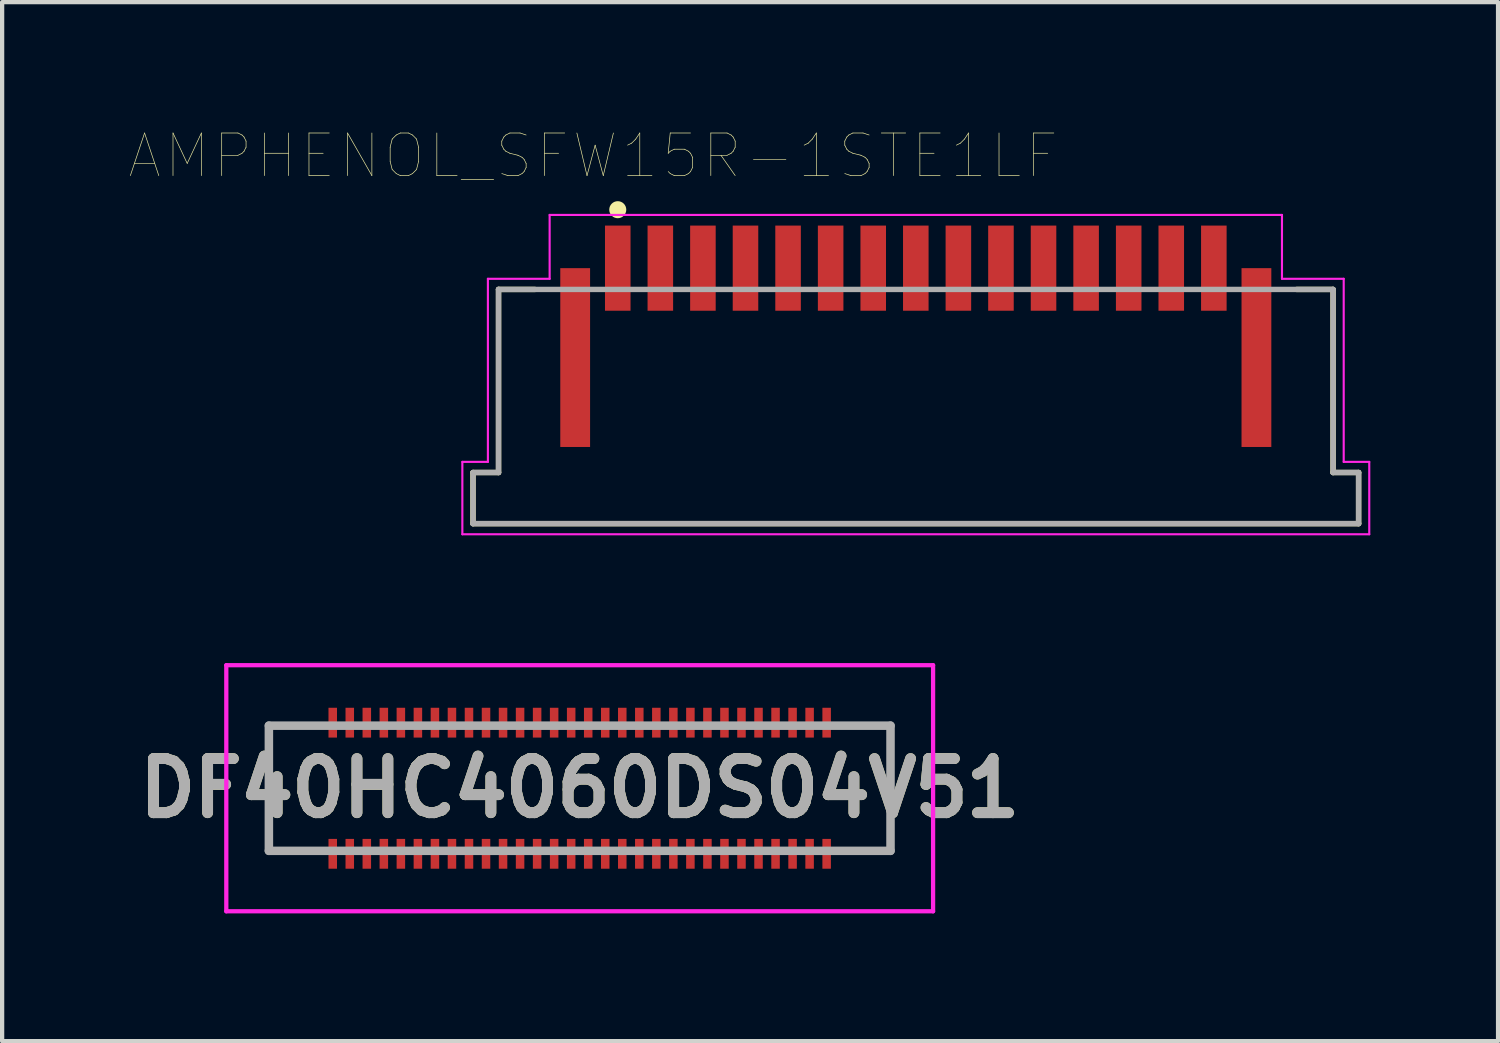
<source format=kicad_pcb>
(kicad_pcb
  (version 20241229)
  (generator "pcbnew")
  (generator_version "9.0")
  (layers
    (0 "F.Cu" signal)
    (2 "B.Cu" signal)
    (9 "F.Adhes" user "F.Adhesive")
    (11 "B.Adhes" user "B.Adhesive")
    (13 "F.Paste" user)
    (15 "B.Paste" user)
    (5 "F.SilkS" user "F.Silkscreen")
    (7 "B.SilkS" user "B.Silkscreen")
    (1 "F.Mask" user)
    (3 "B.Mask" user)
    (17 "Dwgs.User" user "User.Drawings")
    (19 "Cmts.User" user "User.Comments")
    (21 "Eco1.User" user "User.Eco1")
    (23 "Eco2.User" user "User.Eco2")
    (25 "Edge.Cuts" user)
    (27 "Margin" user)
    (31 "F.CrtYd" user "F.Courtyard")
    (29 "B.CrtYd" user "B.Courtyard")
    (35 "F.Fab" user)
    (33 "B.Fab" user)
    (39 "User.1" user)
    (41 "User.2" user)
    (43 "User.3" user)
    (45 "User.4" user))
  (footprint "AMPHENOL_SFW15R-1STE1LF"
    (layer "F.Cu")
    (at 18.459 3.248)
    (property "Reference" "AMPHENOL_SFW15R-1STE1LF" (at -7.579 -2.636 0) (layer "F.SilkS") (effects (font (size 1.001 1.001) (thickness 0.015))))
    (attr through_hole)
    (fp_line (start -10.4 4.8) (end -9.8 4.8) (stroke (width 0.127) (type solid)) (layer "F.SilkS"))
    (fp_line (start -10.4 6) (end -10.4 4.8) (stroke (width 0.127) (type solid)) (layer "F.SilkS"))
    (fp_line (start -9.8 0.5) (end -8.946 0.5) (stroke (width 0.127) (type solid)) (layer "F.SilkS"))
    (fp_line (start -9.8 4.8) (end -9.8 0.5) (stroke (width 0.127) (type solid)) (layer "F.SilkS"))
    (fp_line (start 9.8 0.5) (end 8.946 0.5) (stroke (width 0.127) (type solid)) (layer "F.SilkS"))
    (fp_line (start 9.8 0.5) (end 9.8 4.8) (stroke (width 0.127) (type solid)) (layer "F.SilkS"))
    (fp_line (start 9.8 4.8) (end 10.4 4.8) (stroke (width 0.127) (type solid)) (layer "F.SilkS"))
    (fp_line (start 10.4 4.8) (end 10.4 6) (stroke (width 0.127) (type solid)) (layer "F.SilkS"))
    (fp_line (start 10.4 6) (end -10.4 6) (stroke (width 0.127) (type solid)) (layer "F.SilkS"))
    (fp_circle (center -7 -1.373) (end -6.9 -1.373) (stroke (width 0.2) (type solid)) (fill no) (layer "F.SilkS"))
    (fp_line (start -10.65 4.55) (end -10.05 4.55) (stroke (width 0.05) (type solid)) (layer "F.CrtYd"))
    (fp_line (start -10.65 6.25) (end -10.65 4.55) (stroke (width 0.05) (type solid)) (layer "F.CrtYd"))
    (fp_line (start -10.05 0.25) (end -8.6 0.25) (stroke (width 0.05) (type solid)) (layer "F.CrtYd"))
    (fp_line (start -10.05 4.55) (end -10.05 0.25) (stroke (width 0.05) (type solid)) (layer "F.CrtYd"))
    (fp_line (start -8.6 -1.25) (end 8.6 -1.25) (stroke (width 0.05) (type solid)) (layer "F.CrtYd"))
    (fp_line (start -8.6 0.25) (end -8.6 -1.25) (stroke (width 0.05) (type solid)) (layer "F.CrtYd"))
    (fp_line (start 8.6 -1.25) (end 8.6 0.25) (stroke (width 0.05) (type solid)) (layer "F.CrtYd"))
    (fp_line (start 8.6 0.25) (end 10.05 0.25) (stroke (width 0.05) (type solid)) (layer "F.CrtYd"))
    (fp_line (start 10.05 0.25) (end 10.05 4.55) (stroke (width 0.05) (type solid)) (layer "F.CrtYd"))
    (fp_line (start 10.05 4.55) (end 10.65 4.55) (stroke (width 0.05) (type solid)) (layer "F.CrtYd"))
    (fp_line (start 10.65 4.55) (end 10.65 6.25) (stroke (width 0.05) (type solid)) (layer "F.CrtYd"))
    (fp_line (start 10.65 6.25) (end -10.65 6.25) (stroke (width 0.05) (type solid)) (layer "F.CrtYd"))
    (fp_line (start -10.4 4.8) (end -9.8 4.8) (stroke (width 0.127) (type solid)) (layer "F.Fab"))
    (fp_line (start -10.4 6) (end -10.4 4.8) (stroke (width 0.127) (type solid)) (layer "F.Fab"))
    (fp_line (start -9.8 0.5) (end 9.8 0.5) (stroke (width 0.127) (type solid)) (layer "F.Fab"))
    (fp_line (start -9.8 4.8) (end -9.8 0.5) (stroke (width 0.127) (type solid)) (layer "F.Fab"))
    (fp_line (start 9.8 0.5) (end 9.8 4.8) (stroke (width 0.127) (type solid)) (layer "F.Fab"))
    (fp_line (start 9.8 4.8) (end 10.4 4.8) (stroke (width 0.127) (type solid)) (layer "F.Fab"))
    (fp_line (start 10.4 4.8) (end 10.4 6) (stroke (width 0.127) (type solid)) (layer "F.Fab"))
    (fp_line (start 10.4 6) (end -10.4 6) (stroke (width 0.127) (type solid)) (layer "F.Fab"))
    (pad "1" smd rect (at -7 0) (size 0.6 2) (layers "F.Cu" "F.Mask" "F.Paste"))
    (pad "2" smd rect (at -6 0) (size 0.6 2) (layers "F.Cu" "F.Mask" "F.Paste"))
    (pad "3" smd rect (at -5 0) (size 0.6 2) (layers "F.Cu" "F.Mask" "F.Paste"))
    (pad "4" smd rect (at -4 0) (size 0.6 2) (layers "F.Cu" "F.Mask" "F.Paste"))
    (pad "5" smd rect (at -3 0) (size 0.6 2) (layers "F.Cu" "F.Mask" "F.Paste"))
    (pad "6" smd rect (at -2 0) (size 0.6 2) (layers "F.Cu" "F.Mask" "F.Paste"))
    (pad "7" smd rect (at -1 0) (size 0.6 2) (layers "F.Cu" "F.Mask" "F.Paste"))
    (pad "8" smd rect (at 0 0) (size 0.6 2) (layers "F.Cu" "F.Mask" "F.Paste"))
    (pad "9" smd rect (at 1 0) (size 0.6 2) (layers "F.Cu" "F.Mask" "F.Paste"))
    (pad "10" smd rect (at 2 0) (size 0.6 2) (layers "F.Cu" "F.Mask" "F.Paste"))
    (pad "11" smd rect (at 3 0) (size 0.6 2) (layers "F.Cu" "F.Mask" "F.Paste"))
    (pad "12" smd rect (at 4 0) (size 0.6 2) (layers "F.Cu" "F.Mask" "F.Paste"))
    (pad "13" smd rect (at 5 0) (size 0.6 2) (layers "F.Cu" "F.Mask" "F.Paste"))
    (pad "14" smd rect (at 6 0) (size 0.6 2) (layers "F.Cu" "F.Mask" "F.Paste"))
    (pad "15" smd rect (at 7 0) (size 0.6 2) (layers "F.Cu" "F.Mask" "F.Paste"))
    (pad "S1" smd rect (at -8 2.1) (size 0.7 4.2) (layers "F.Cu" "F.Mask" "F.Paste"))
    (pad "S2" smd rect (at 8 2.1) (size 0.7 4.2) (layers "F.Cu" "F.Mask" "F.Paste")))
  (footprint "DF40HC4060DS04V51"
    (layer "F.Cu")
    (at 10.565 15.463)
    (property "Reference" "DF40HC4060DS04V51" (at 0 0 0) (layer "F.SilkS") (effects (font (size 1.27 1.27) (thickness 0.254))))
    (attr smd)
    (fp_line (start -7.3 -1.47) (end -7.3 1.5) (stroke (width 0.1) (type solid)) (layer "F.SilkS"))
    (fp_line (start -7.3 1.5) (end -6.5 1.47) (stroke (width 0.1) (type solid)) (layer "F.SilkS"))
    (fp_line (start -6.5 -1.5) (end -7.3 -1.47) (stroke (width 0.1) (type solid)) (layer "F.SilkS"))
    (fp_line (start 6.5 -1.47) (end 7.3 -1.47) (stroke (width 0.1) (type solid)) (layer "F.SilkS"))
    (fp_line (start 7.3 -1.47) (end 7.3 1.47) (stroke (width 0.1) (type solid)) (layer "F.SilkS"))
    (fp_line (start 7.3 1.47) (end 6.5 1.47) (stroke (width 0.1) (type solid)) (layer "F.SilkS"))
    (fp_line (start -8.3 -2.89) (end 8.3 -2.89) (stroke (width 0.1) (type solid)) (layer "F.CrtYd"))
    (fp_line (start -8.3 2.89) (end -8.3 -2.89) (stroke (width 0.1) (type solid)) (layer "F.CrtYd"))
    (fp_line (start 8.3 -2.89) (end 8.3 2.89) (stroke (width 0.1) (type solid)) (layer "F.CrtYd"))
    (fp_line (start 8.3 2.89) (end -8.3 2.89) (stroke (width 0.1) (type solid)) (layer "F.CrtYd"))
    (fp_line (start -7.3 -1.47) (end 7.3 -1.47) (stroke (width 0.2) (type solid)) (layer "F.Fab"))
    (fp_line (start -7.3 1.47) (end -7.3 -1.47) (stroke (width 0.2) (type solid)) (layer "F.Fab"))
    (fp_line (start 7.3 -1.47) (end 7.3 1.47) (stroke (width 0.2) (type solid)) (layer "F.Fab"))
    (fp_line (start 7.3 1.47) (end -7.3 1.47) (stroke (width 0.2) (type solid)) (layer "F.Fab"))
    (fp_text user "${REFERENCE}" (at 0 0 0) (layer "F.Fab") (effects (font (size 1.27 1.27) (thickness 0.254))))
    (pad "1" smd rect (at -5.8 1.54) (size 0.2 0.7) (layers "F.Cu" "F.Mask" "F.Paste"))
    (pad "2" smd rect (at -5.8 -1.54) (size 0.2 0.7) (layers "F.Cu" "F.Mask" "F.Paste"))
    (pad "3" smd rect (at -5.4 1.54) (size 0.2 0.7) (layers "F.Cu" "F.Mask" "F.Paste"))
    (pad "4" smd rect (at -5.4 -1.54) (size 0.2 0.7) (layers "F.Cu" "F.Mask" "F.Paste"))
    (pad "5" smd rect (at -5 1.54) (size 0.2 0.7) (layers "F.Cu" "F.Mask" "F.Paste"))
    (pad "6" smd rect (at -5 -1.54) (size 0.2 0.7) (layers "F.Cu" "F.Mask" "F.Paste"))
    (pad "7" smd rect (at -4.6 1.54) (size 0.2 0.7) (layers "F.Cu" "F.Mask" "F.Paste"))
    (pad "8" smd rect (at -4.6 -1.54) (size 0.2 0.7) (layers "F.Cu" "F.Mask" "F.Paste"))
    (pad "9" smd rect (at -4.2 1.54) (size 0.2 0.7) (layers "F.Cu" "F.Mask" "F.Paste"))
    (pad "10" smd rect (at -4.2 -1.54) (size 0.2 0.7) (layers "F.Cu" "F.Mask" "F.Paste"))
    (pad "11" smd rect (at -3.8 1.54) (size 0.2 0.7) (layers "F.Cu" "F.Mask" "F.Paste"))
    (pad "12" smd rect (at -3.8 -1.54) (size 0.2 0.7) (layers "F.Cu" "F.Mask" "F.Paste"))
    (pad "13" smd rect (at -3.4 1.54) (size 0.2 0.7) (layers "F.Cu" "F.Mask" "F.Paste"))
    (pad "14" smd rect (at -3.4 -1.54) (size 0.2 0.7) (layers "F.Cu" "F.Mask" "F.Paste"))
    (pad "15" smd rect (at -3 1.54) (size 0.2 0.7) (layers "F.Cu" "F.Mask" "F.Paste"))
    (pad "16" smd rect (at -3 -1.54) (size 0.2 0.7) (layers "F.Cu" "F.Mask" "F.Paste"))
    (pad "17" smd rect (at -2.6 1.54) (size 0.2 0.7) (layers "F.Cu" "F.Mask" "F.Paste"))
    (pad "18" smd rect (at -2.6 -1.54) (size 0.2 0.7) (layers "F.Cu" "F.Mask" "F.Paste"))
    (pad "19" smd rect (at -2.2 1.54) (size 0.2 0.7) (layers "F.Cu" "F.Mask" "F.Paste"))
    (pad "20" smd rect (at -2.2 -1.54) (size 0.2 0.7) (layers "F.Cu" "F.Mask" "F.Paste"))
    (pad "21" smd rect (at -1.8 1.54) (size 0.2 0.7) (layers "F.Cu" "F.Mask" "F.Paste"))
    (pad "22" smd rect (at -1.8 -1.54) (size 0.2 0.7) (layers "F.Cu" "F.Mask" "F.Paste"))
    (pad "23" smd rect (at -1.4 1.54) (size 0.2 0.7) (layers "F.Cu" "F.Mask" "F.Paste"))
    (pad "24" smd rect (at -1.4 -1.54) (size 0.2 0.7) (layers "F.Cu" "F.Mask" "F.Paste"))
    (pad "25" smd rect (at -1 1.54) (size 0.2 0.7) (layers "F.Cu" "F.Mask" "F.Paste"))
    (pad "26" smd rect (at -1 -1.54) (size 0.2 0.7) (layers "F.Cu" "F.Mask" "F.Paste"))
    (pad "27" smd rect (at -0.6 1.54) (size 0.2 0.7) (layers "F.Cu" "F.Mask" "F.Paste"))
    (pad "28" smd rect (at -0.6 -1.54) (size 0.2 0.7) (layers "F.Cu" "F.Mask" "F.Paste"))
    (pad "29" smd rect (at -0.2 1.54) (size 0.2 0.7) (layers "F.Cu" "F.Mask" "F.Paste"))
    (pad "30" smd rect (at -0.2 -1.54) (size 0.2 0.7) (layers "F.Cu" "F.Mask" "F.Paste"))
    (pad "31" smd rect (at 0.2 1.54) (size 0.2 0.7) (layers "F.Cu" "F.Mask" "F.Paste"))
    (pad "32" smd rect (at 0.2 -1.54) (size 0.2 0.7) (layers "F.Cu" "F.Mask" "F.Paste"))
    (pad "33" smd rect (at 0.6 1.54) (size 0.2 0.7) (layers "F.Cu" "F.Mask" "F.Paste"))
    (pad "34" smd rect (at 0.6 -1.54) (size 0.2 0.7) (layers "F.Cu" "F.Mask" "F.Paste"))
    (pad "35" smd rect (at 1 1.54) (size 0.2 0.7) (layers "F.Cu" "F.Mask" "F.Paste"))
    (pad "36" smd rect (at 1 -1.54) (size 0.2 0.7) (layers "F.Cu" "F.Mask" "F.Paste"))
    (pad "37" smd rect (at 1.4 1.54) (size 0.2 0.7) (layers "F.Cu" "F.Mask" "F.Paste"))
    (pad "38" smd rect (at 1.4 -1.54) (size 0.2 0.7) (layers "F.Cu" "F.Mask" "F.Paste"))
    (pad "39" smd rect (at 1.8 1.54) (size 0.2 0.7) (layers "F.Cu" "F.Mask" "F.Paste"))
    (pad "40" smd rect (at 1.8 -1.54) (size 0.2 0.7) (layers "F.Cu" "F.Mask" "F.Paste"))
    (pad "41" smd rect (at 2.2 1.54) (size 0.2 0.7) (layers "F.Cu" "F.Mask" "F.Paste"))
    (pad "42" smd rect (at 2.2 -1.54) (size 0.2 0.7) (layers "F.Cu" "F.Mask" "F.Paste"))
    (pad "43" smd rect (at 2.6 1.54) (size 0.2 0.7) (layers "F.Cu" "F.Mask" "F.Paste"))
    (pad "44" smd rect (at 2.6 -1.54) (size 0.2 0.7) (layers "F.Cu" "F.Mask" "F.Paste"))
    (pad "45" smd rect (at 3 1.54) (size 0.2 0.7) (layers "F.Cu" "F.Mask" "F.Paste"))
    (pad "46" smd rect (at 3 -1.54) (size 0.2 0.7) (layers "F.Cu" "F.Mask" "F.Paste"))
    (pad "47" smd rect (at 3.4 1.54) (size 0.2 0.7) (layers "F.Cu" "F.Mask" "F.Paste"))
    (pad "48" smd rect (at 3.4 -1.54) (size 0.2 0.7) (layers "F.Cu" "F.Mask" "F.Paste"))
    (pad "49" smd rect (at 3.8 1.54) (size 0.2 0.7) (layers "F.Cu" "F.Mask" "F.Paste"))
    (pad "50" smd rect (at 3.8 -1.54) (size 0.2 0.7) (layers "F.Cu" "F.Mask" "F.Paste"))
    (pad "51" smd rect (at 4.2 1.54) (size 0.2 0.7) (layers "F.Cu" "F.Mask" "F.Paste"))
    (pad "52" smd rect (at 4.2 -1.54) (size 0.2 0.7) (layers "F.Cu" "F.Mask" "F.Paste"))
    (pad "53" smd rect (at 4.6 1.54) (size 0.2 0.7) (layers "F.Cu" "F.Mask" "F.Paste"))
    (pad "54" smd rect (at 4.6 -1.54) (size 0.2 0.7) (layers "F.Cu" "F.Mask" "F.Paste"))
    (pad "55" smd rect (at 5 1.54) (size 0.2 0.7) (layers "F.Cu" "F.Mask" "F.Paste"))
    (pad "56" smd rect (at 5 -1.54) (size 0.2 0.7) (layers "F.Cu" "F.Mask" "F.Paste"))
    (pad "57" smd rect (at 5.4 1.54) (size 0.2 0.7) (layers "F.Cu" "F.Mask" "F.Paste"))
    (pad "58" smd rect (at 5.4 -1.54) (size 0.2 0.7) (layers "F.Cu" "F.Mask" "F.Paste"))
    (pad "59" smd rect (at 5.8 1.54) (size 0.2 0.7) (layers "F.Cu" "F.Mask" "F.Paste"))
    (pad "60" smd rect (at 5.8 -1.54) (size 0.2 0.7) (layers "F.Cu" "F.Mask" "F.Paste")))
  (gr_rect
    (start -3 -3)
    (end 32.134 21.403)
    (stroke (width 0.1) (type default))
    (fill no)
    (layer "Edge.Cuts")))
</source>
